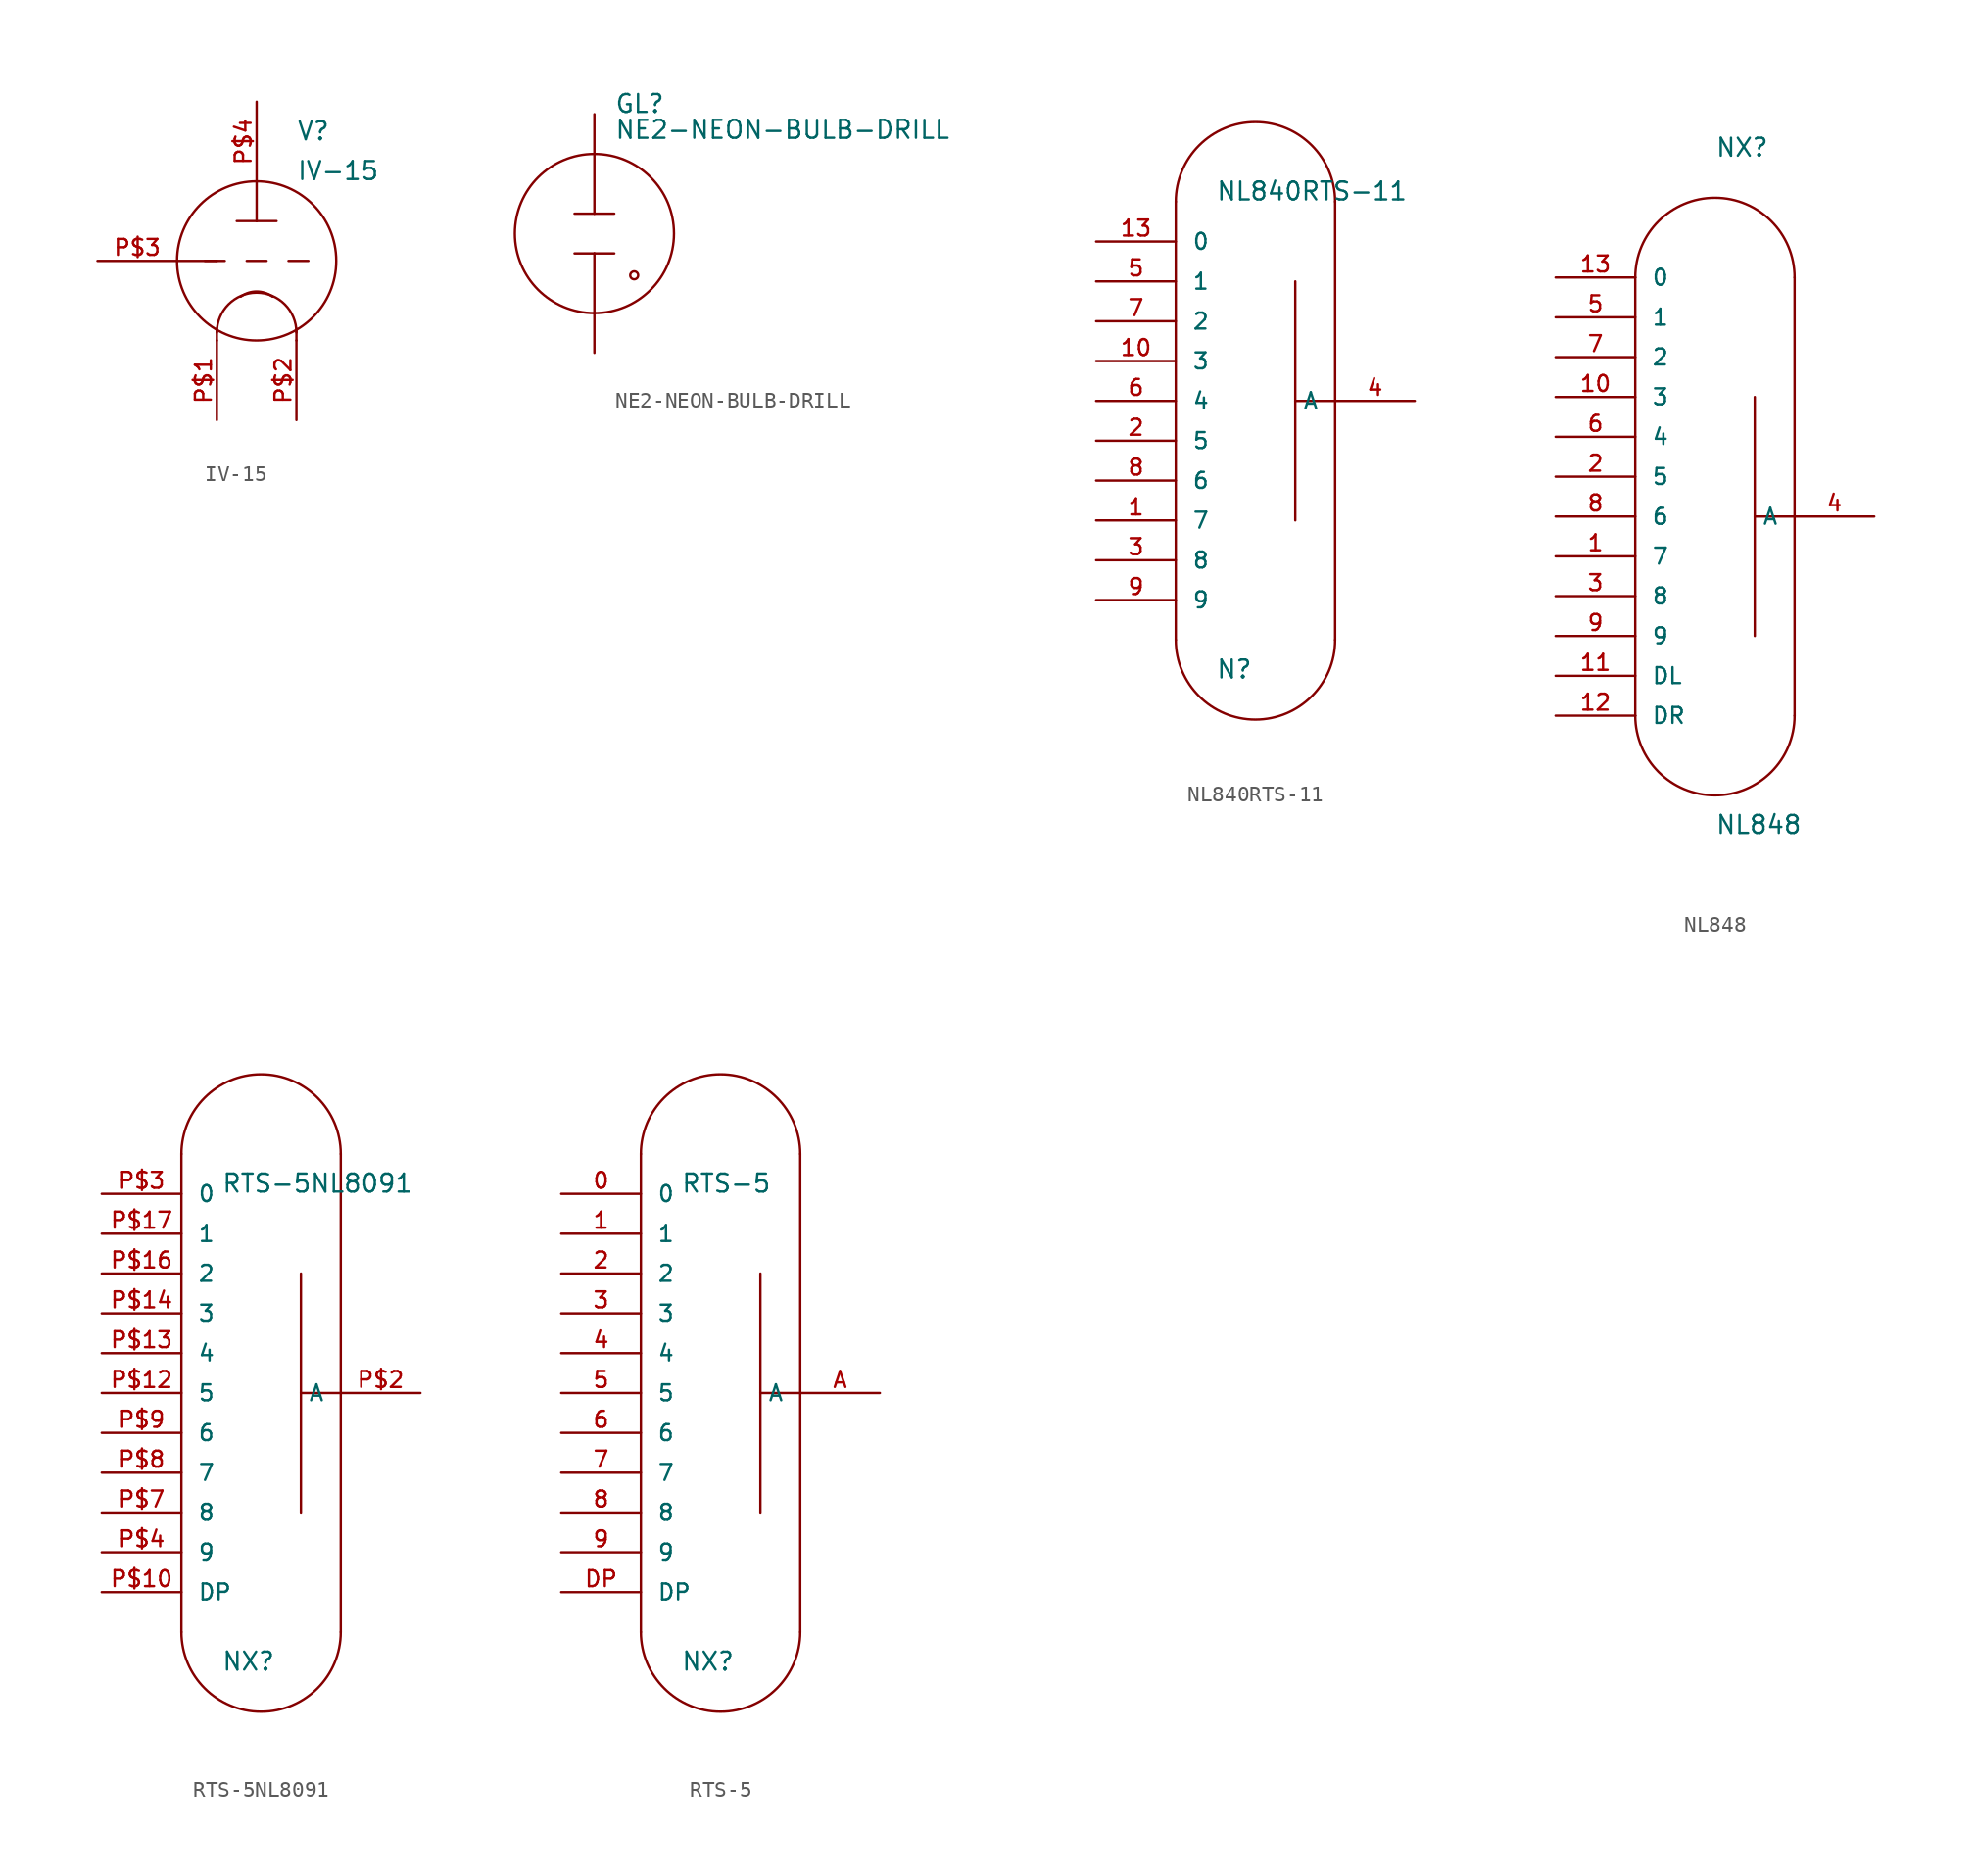
<source format=kicad_sym>
(kicad_symbol_lib
  (version 20211014)
  (generator kicad_symbol_editor)
  (symbol "IV-15"
    (pin_names
      (offset 1.016) hide)
    (property "Reference" "V"
      (at 2.54 7.62 0)
      (effects (font (size 1.143 1.143)) (justify left bottom)))
    (property "Value" "IV-15"
      (at 2.54 5.08 0)
      (effects (font (size 1.143 1.143)) (justify left bottom)))
    (property "ki_locked" ""
      (at 0 0 0)
      (effects (font (size 1.27 1.27))))
    (symbol "IV-15_1_0"
      (polyline (pts (xy -5.08 0) (xy -2.54 0)) (stroke (width 0) (type default) (color 0 0 0 0)) (fill (type none)))
      (polyline (pts (xy -3.302 0) (xy -2.54 0)) (stroke (width 0) (type default) (color 0 0 0 0)) (fill (type none)))
      (polyline (pts (xy -2.54 -5.08) (xy -2.54 -4.318)) (stroke (width 0) (type default) (color 0 0 0 0)) (fill (type none)))
      (polyline (pts (xy -2.54 0) (xy -2.032 0)) (stroke (width 0) (type default) (color 0 0 0 0)) (fill (type none)))
      (polyline (pts (xy -1.27 2.54) (xy 0 2.54)) (stroke (width 0) (type default) (color 0 0 0 0)) (fill (type none)))
      (polyline (pts (xy -0.635 0) (xy 0.635 0)) (stroke (width 0) (type default) (color 0 0 0 0)) (fill (type none)))
      (polyline (pts (xy 0 2.54) (xy 1.27 2.54)) (stroke (width 0) (type default) (color 0 0 0 0)) (fill (type none)))
      (polyline (pts (xy 0 5.08) (xy 0 2.54)) (stroke (width 0) (type default) (color 0 0 0 0)) (fill (type none)))
      (polyline (pts (xy 2.032 0) (xy 3.302 0)) (stroke (width 0) (type default) (color 0 0 0 0)) (fill (type none)))
      (polyline (pts (xy 2.54 -5.08) (xy 2.54 -4.318)) (stroke (width 0) (type default) (color 0 0 0 0)) (fill (type none))))
    (symbol "IV-15_1_1"
      (circle (center 0 0) (radius 5.08) (stroke (width 0) (type default) (color 0 0 0 0)) (fill (type none)))
      (arc (start 1.016 -2.286) (mid 0 -1.9556) (end -1.016 -2.286) (stroke (width 0) (type default) (color 0 0 0 0)) (fill (type none)))
      (arc (start 2.54 -4.572) (mid 0 -2.032) (end -2.54 -4.572) (stroke (width 0) (type default) (color 0 0 0 0)) (fill (type none)))
      (pin passive line (at -2.54 -10.16 90) (length 5.08) (name "K/H1" (effects (font (size 1.016 1.016)))) (number "P$1" (effects (font (size 1.016 1.016)))))
      (pin passive line (at 2.54 -10.16 90) (length 5.08) (name "K/H2" (effects (font (size 1.016 1.016)))) (number "P$2" (effects (font (size 1.016 1.016)))))
      (pin passive line (at -10.16 0 0) (length 5.08) (name "G" (effects (font (size 1.016 1.016)))) (number "P$3" (effects (font (size 1.016 1.016)))))
      (pin passive line (at 0 10.16 270) (length 5.08) (name "A" (effects (font (size 1.016 1.016)))) (number "P$4" (effects (font (size 1.016 1.016)))))))
  (symbol "NE2-NEON-BULB-DRILL"
    (pin_numbers hide)
    (pin_names
      (offset 1.016) hide)
    (property "Reference" "GL"
      (at 1.27 7.62 0)
      (effects (font (size 1.143 1.143)) (justify left bottom)))
    (property "Value" "NE2-NEON-BULB-DRILL"
      (at 1.27 5.969 0)
      (effects (font (size 1.143 1.143)) (justify left bottom)))
    (property "ki_locked" ""
      (at 0 0 0)
      (effects (font (size 1.27 1.27))))
    (symbol "NE2-NEON-BULB-DRILL_1_0"
      (polyline (pts (xy -1.27 -1.27) (xy 0 -1.27)) (stroke (width 0) (type default) (color 0 0 0 0)) (fill (type none)))
      (polyline (pts (xy -1.27 1.27) (xy 0 1.27)) (stroke (width 0) (type default) (color 0 0 0 0)) (fill (type none)))
      (polyline (pts (xy 0 -1.27) (xy 0 -5.08)) (stroke (width 0) (type default) (color 0 0 0 0)) (fill (type none)))
      (polyline (pts (xy 0 -1.27) (xy 1.27 -1.27)) (stroke (width 0) (type default) (color 0 0 0 0)) (fill (type none)))
      (polyline (pts (xy 0 1.27) (xy 1.27 1.27)) (stroke (width 0) (type default) (color 0 0 0 0)) (fill (type none)))
      (polyline (pts (xy 0 5.08) (xy 0 1.27)) (stroke (width 0) (type default) (color 0 0 0 0)) (fill (type none))))
    (symbol "NE2-NEON-BULB-DRILL_1_1"
      (circle (center 0 0) (radius 5.08) (stroke (width 0) (type default) (color 0 0 0 0)) (fill (type none)))
      (circle (center 2.54 -2.667) (radius 0.254) (stroke (width 0) (type default) (color 0 0 0 0)) (fill (type none)))
      (pin passive line (at 0 7.62 270) (length 2.54) (name "A" (effects (font (size 1.016 1.016)))) (number "1" (effects (font (size 1.016 1.016)))))
      (pin passive line (at 0 -7.62 90) (length 2.54) (name "A1" (effects (font (size 1.016 1.016)))) (number "2" (effects (font (size 1.016 1.016)))))))
  (symbol "NL840RTS-11"
    (pin_names
      (offset 1.016))
    (property "Reference" "N"
      (at -2.54 -15.24 0)
      (effects (font (size 1.143 1.143)) (justify left bottom)))
    (property "Value" "NL840RTS-11"
      (at -2.54 15.24 0)
      (effects (font (size 1.143 1.143)) (justify left bottom)))
    (property "ki_locked" ""
      (at 0 0 0)
      (effects (font (size 1.27 1.27))))
    (symbol "NL840RTS-11_1_0"
      (polyline (pts (xy -5.08 15.24) (xy -5.08 -12.7)) (stroke (width 0) (type default) (color 0 0 0 0)) (fill (type none)))
      (polyline (pts (xy 2.54 -5.08) (xy 2.54 2.54)) (stroke (width 0) (type default) (color 0 0 0 0)) (fill (type none)))
      (polyline (pts (xy 2.54 2.54) (xy 2.54 10.16)) (stroke (width 0) (type default) (color 0 0 0 0)) (fill (type none)))
      (polyline (pts (xy 5.08 2.54) (xy 2.54 2.54)) (stroke (width 0) (type default) (color 0 0 0 0)) (fill (type none)))
      (polyline (pts (xy 5.08 2.54) (xy 5.08 -12.7)) (stroke (width 0) (type default) (color 0 0 0 0)) (fill (type none)))
      (polyline (pts (xy 5.08 15.24) (xy 5.08 2.54)) (stroke (width 0) (type default) (color 0 0 0 0)) (fill (type none))))
    (symbol "NL840RTS-11_1_1"
      (arc (start -5.08 -12.7) (mid 0 -17.78) (end 5.08 -12.7) (stroke (width 0) (type default) (color 0 0 0 0)) (fill (type none)))
      (arc (start 5.08 15.24) (mid 0 20.32) (end -5.08 15.24) (stroke (width 0) (type default) (color 0 0 0 0)) (fill (type none)))
      (pin passive line (at -10.16 -5.08 0) (length 5.08) (name "7" (effects (font (size 1.016 1.016)))) (number "1" (effects (font (size 1.016 1.016)))))
      (pin passive line (at -10.16 5.08 0) (length 5.08) (name "3" (effects (font (size 1.016 1.016)))) (number "10" (effects (font (size 1.016 1.016)))))
      (pin passive line (at -10.16 12.7 0) (length 5.08) (name "0" (effects (font (size 1.016 1.016)))) (number "13" (effects (font (size 1.016 1.016)))))
      (pin passive line (at -10.16 0 0) (length 5.08) (name "5" (effects (font (size 1.016 1.016)))) (number "2" (effects (font (size 1.016 1.016)))))
      (pin passive line (at -10.16 -7.62 0) (length 5.08) (name "8" (effects (font (size 1.016 1.016)))) (number "3" (effects (font (size 1.016 1.016)))))
      (pin passive line (at 10.16 2.54 180) (length 5.08) (name "A" (effects (font (size 1.016 1.016)))) (number "4" (effects (font (size 1.016 1.016)))))
      (pin passive line (at -10.16 10.16 0) (length 5.08) (name "1" (effects (font (size 1.016 1.016)))) (number "5" (effects (font (size 1.016 1.016)))))
      (pin passive line (at -10.16 2.54 0) (length 5.08) (name "4" (effects (font (size 1.016 1.016)))) (number "6" (effects (font (size 1.016 1.016)))))
      (pin passive line (at -10.16 7.62 0) (length 5.08) (name "2" (effects (font (size 1.016 1.016)))) (number "7" (effects (font (size 1.016 1.016)))))
      (pin passive line (at -10.16 -2.54 0) (length 5.08) (name "6" (effects (font (size 1.016 1.016)))) (number "8" (effects (font (size 1.016 1.016)))))
      (pin passive line (at -10.16 -10.16 0) (length 5.08) (name "9" (effects (font (size 1.016 1.016)))) (number "9" (effects (font (size 1.016 1.016)))))))
  (symbol "NL848"
    (pin_names
      (offset 1.016))
    (property "Reference" "NX"
      (at 0 22.86 0)
      (effects (font (size 1.143 1.143)) (justify left bottom)))
    (property "Value" "NL848"
      (at 0 -20.32 0)
      (effects (font (size 1.143 1.143)) (justify left bottom)))
    (property "ki_locked" ""
      (at 0 0 0)
      (effects (font (size 1.27 1.27))))
    (symbol "NL848_1_0"
      (polyline (pts (xy -5.08 15.24) (xy -5.08 -12.7)) (stroke (width 0) (type default) (color 0 0 0 0)) (fill (type none)))
      (polyline (pts (xy 2.54 -7.62) (xy 2.54 7.62)) (stroke (width 0) (type default) (color 0 0 0 0)) (fill (type none)))
      (polyline (pts (xy 5.08 0) (xy 2.54 0)) (stroke (width 0) (type default) (color 0 0 0 0)) (fill (type none)))
      (polyline (pts (xy 5.08 15.24) (xy 5.08 -12.7)) (stroke (width 0) (type default) (color 0 0 0 0)) (fill (type none))))
    (symbol "NL848_1_1"
      (arc (start -5.08 -12.7) (mid 0 -17.78) (end 5.08 -12.7) (stroke (width 0) (type default) (color 0 0 0 0)) (fill (type none)))
      (arc (start 5.08 15.24) (mid 0 20.32) (end -5.08 15.24) (stroke (width 0) (type default) (color 0 0 0 0)) (fill (type none)))
      (pin passive line (at -10.16 -2.54 0) (length 5.08) (name "7" (effects (font (size 1.016 1.016)))) (number "1" (effects (font (size 1.016 1.016)))))
      (pin passive line (at -10.16 7.62 0) (length 5.08) (name "3" (effects (font (size 1.016 1.016)))) (number "10" (effects (font (size 1.016 1.016)))))
      (pin passive line (at -10.16 -10.16 0) (length 5.08) (name "DL" (effects (font (size 1.016 1.016)))) (number "11" (effects (font (size 1.016 1.016)))))
      (pin passive line (at -10.16 -12.7 0) (length 5.08) (name "DR" (effects (font (size 1.016 1.016)))) (number "12" (effects (font (size 1.016 1.016)))))
      (pin passive line (at -10.16 15.24 0) (length 5.08) (name "0" (effects (font (size 1.016 1.016)))) (number "13" (effects (font (size 1.016 1.016)))))
      (pin passive line (at -10.16 2.54 0) (length 5.08) (name "5" (effects (font (size 1.016 1.016)))) (number "2" (effects (font (size 1.016 1.016)))))
      (pin passive line (at -10.16 -5.08 0) (length 5.08) (name "8" (effects (font (size 1.016 1.016)))) (number "3" (effects (font (size 1.016 1.016)))))
      (pin passive line (at 10.16 0 180) (length 5.08) (name "A" (effects (font (size 1.016 1.016)))) (number "4" (effects (font (size 1.016 1.016)))))
      (pin passive line (at -10.16 12.7 0) (length 5.08) (name "1" (effects (font (size 1.016 1.016)))) (number "5" (effects (font (size 1.016 1.016)))))
      (pin passive line (at -10.16 5.08 0) (length 5.08) (name "4" (effects (font (size 1.016 1.016)))) (number "6" (effects (font (size 1.016 1.016)))))
      (pin passive line (at -10.16 10.16 0) (length 5.08) (name "2" (effects (font (size 1.016 1.016)))) (number "7" (effects (font (size 1.016 1.016)))))
      (pin passive line (at -10.16 0 0) (length 5.08) (name "6" (effects (font (size 1.016 1.016)))) (number "8" (effects (font (size 1.016 1.016)))))
      (pin passive line (at -10.16 -7.62 0) (length 5.08) (name "9" (effects (font (size 1.016 1.016)))) (number "9" (effects (font (size 1.016 1.016)))))))
  (symbol "RTS-5NL8091"
    (pin_names
      (offset 1.016))
    (property "Reference" "NX"
      (at -2.54 -15.24 0)
      (effects (font (size 1.143 1.143)) (justify left bottom)))
    (property "Value" "RTS-5NL8091"
      (at -2.54 15.24 0)
      (effects (font (size 1.143 1.143)) (justify left bottom)))
    (property "ki_locked" ""
      (at 0 0 0)
      (effects (font (size 1.27 1.27))))
    (symbol "RTS-5NL8091_1_0"
      (polyline (pts (xy -5.08 17.78) (xy -5.08 -12.7)) (stroke (width 0) (type default) (color 0 0 0 0)) (fill (type none)))
      (polyline (pts (xy 2.54 -5.08) (xy 2.54 2.54)) (stroke (width 0) (type default) (color 0 0 0 0)) (fill (type none)))
      (polyline (pts (xy 2.54 2.54) (xy 2.54 10.16)) (stroke (width 0) (type default) (color 0 0 0 0)) (fill (type none)))
      (polyline (pts (xy 5.08 2.54) (xy 2.54 2.54)) (stroke (width 0) (type default) (color 0 0 0 0)) (fill (type none)))
      (polyline (pts (xy 5.08 2.54) (xy 5.08 -12.7)) (stroke (width 0) (type default) (color 0 0 0 0)) (fill (type none)))
      (polyline (pts (xy 5.08 17.78) (xy 5.08 2.54)) (stroke (width 0) (type default) (color 0 0 0 0)) (fill (type none))))
    (symbol "RTS-5NL8091_1_1"
      (arc (start -5.08 -12.7) (mid 0 -17.78) (end 5.08 -12.7) (stroke (width 0) (type default) (color 0 0 0 0)) (fill (type none)))
      (arc (start 5.08 17.78) (mid 0 22.86) (end -5.08 17.78) (stroke (width 0) (type default) (color 0 0 0 0)) (fill (type none)))
      (pin passive line (at -10.16 -10.16 0) (length 5.08) (name "DP" (effects (font (size 1.016 1.016)))) (number "P$10" (effects (font (size 1.016 1.016)))))
      (pin passive line (at -10.16 2.54 0) (length 5.08) (name "5" (effects (font (size 1.016 1.016)))) (number "P$12" (effects (font (size 1.016 1.016)))))
      (pin passive line (at -10.16 5.08 0) (length 5.08) (name "4" (effects (font (size 1.016 1.016)))) (number "P$13" (effects (font (size 1.016 1.016)))))
      (pin passive line (at -10.16 7.62 0) (length 5.08) (name "3" (effects (font (size 1.016 1.016)))) (number "P$14" (effects (font (size 1.016 1.016)))))
      (pin passive line (at -10.16 10.16 0) (length 5.08) (name "2" (effects (font (size 1.016 1.016)))) (number "P$16" (effects (font (size 1.016 1.016)))))
      (pin passive line (at -10.16 12.7 0) (length 5.08) (name "1" (effects (font (size 1.016 1.016)))) (number "P$17" (effects (font (size 1.016 1.016)))))
      (pin passive line (at 10.16 2.54 180) (length 5.08) (name "A" (effects (font (size 1.016 1.016)))) (number "P$2" (effects (font (size 1.016 1.016)))))
      (pin passive line (at -10.16 15.24 0) (length 5.08) (name "0" (effects (font (size 1.016 1.016)))) (number "P$3" (effects (font (size 1.016 1.016)))))
      (pin passive line (at -10.16 -7.62 0) (length 5.08) (name "9" (effects (font (size 1.016 1.016)))) (number "P$4" (effects (font (size 1.016 1.016)))))
      (pin passive line (at -10.16 -5.08 0) (length 5.08) (name "8" (effects (font (size 1.016 1.016)))) (number "P$7" (effects (font (size 1.016 1.016)))))
      (pin passive line (at -10.16 -2.54 0) (length 5.08) (name "7" (effects (font (size 1.016 1.016)))) (number "P$8" (effects (font (size 1.016 1.016)))))
      (pin passive line (at -10.16 0 0) (length 5.08) (name "6" (effects (font (size 1.016 1.016)))) (number "P$9" (effects (font (size 1.016 1.016)))))))
  (symbol "RTS-5"
    (pin_names
      (offset 1.016))
    (property "Reference" "NX"
      (at -2.54 -15.24 0)
      (effects (font (size 1.143 1.143)) (justify left bottom)))
    (property "Value" "RTS-5"
      (at -2.54 15.24 0)
      (effects (font (size 1.143 1.143)) (justify left bottom)))
    (property "ki_locked" ""
      (at 0 0 0)
      (effects (font (size 1.27 1.27))))
    (symbol "RTS-5_1_0"
      (polyline (pts (xy -5.08 17.78) (xy -5.08 -12.7)) (stroke (width 0) (type default) (color 0 0 0 0)) (fill (type none)))
      (polyline (pts (xy 2.54 -5.08) (xy 2.54 2.54)) (stroke (width 0) (type default) (color 0 0 0 0)) (fill (type none)))
      (polyline (pts (xy 2.54 2.54) (xy 2.54 10.16)) (stroke (width 0) (type default) (color 0 0 0 0)) (fill (type none)))
      (polyline (pts (xy 5.08 2.54) (xy 2.54 2.54)) (stroke (width 0) (type default) (color 0 0 0 0)) (fill (type none)))
      (polyline (pts (xy 5.08 2.54) (xy 5.08 -12.7)) (stroke (width 0) (type default) (color 0 0 0 0)) (fill (type none)))
      (polyline (pts (xy 5.08 17.78) (xy 5.08 2.54)) (stroke (width 0) (type default) (color 0 0 0 0)) (fill (type none))))
    (symbol "RTS-5_1_1"
      (arc (start -5.08 -12.7) (mid 0 -17.78) (end 5.08 -12.7) (stroke (width 0) (type default) (color 0 0 0 0)) (fill (type none)))
      (arc (start 5.08 17.78) (mid 0 22.86) (end -5.08 17.78) (stroke (width 0) (type default) (color 0 0 0 0)) (fill (type none)))
      (pin passive line (at -10.16 15.24 0) (length 5.08) (name "0" (effects (font (size 1.016 1.016)))) (number "0" (effects (font (size 1.016 1.016)))))
      (pin passive line (at -10.16 12.7 0) (length 5.08) (name "1" (effects (font (size 1.016 1.016)))) (number "1" (effects (font (size 1.016 1.016)))))
      (pin passive line (at -10.16 10.16 0) (length 5.08) (name "2" (effects (font (size 1.016 1.016)))) (number "2" (effects (font (size 1.016 1.016)))))
      (pin passive line (at -10.16 7.62 0) (length 5.08) (name "3" (effects (font (size 1.016 1.016)))) (number "3" (effects (font (size 1.016 1.016)))))
      (pin passive line (at -10.16 5.08 0) (length 5.08) (name "4" (effects (font (size 1.016 1.016)))) (number "4" (effects (font (size 1.016 1.016)))))
      (pin passive line (at -10.16 2.54 0) (length 5.08) (name "5" (effects (font (size 1.016 1.016)))) (number "5" (effects (font (size 1.016 1.016)))))
      (pin passive line (at -10.16 0 0) (length 5.08) (name "6" (effects (font (size 1.016 1.016)))) (number "6" (effects (font (size 1.016 1.016)))))
      (pin passive line (at -10.16 -2.54 0) (length 5.08) (name "7" (effects (font (size 1.016 1.016)))) (number "7" (effects (font (size 1.016 1.016)))))
      (pin passive line (at -10.16 -5.08 0) (length 5.08) (name "8" (effects (font (size 1.016 1.016)))) (number "8" (effects (font (size 1.016 1.016)))))
      (pin passive line (at -10.16 -7.62 0) (length 5.08) (name "9" (effects (font (size 1.016 1.016)))) (number "9" (effects (font (size 1.016 1.016)))))
      (pin passive line (at 10.16 2.54 180) (length 5.08) (name "A" (effects (font (size 1.016 1.016)))) (number "A" (effects (font (size 1.016 1.016)))))
      (pin passive line (at -10.16 -10.16 0) (length 5.08) (name "DP" (effects (font (size 1.016 1.016)))) (number "DP" (effects (font (size 1.016 1.016))))))))
</source>
